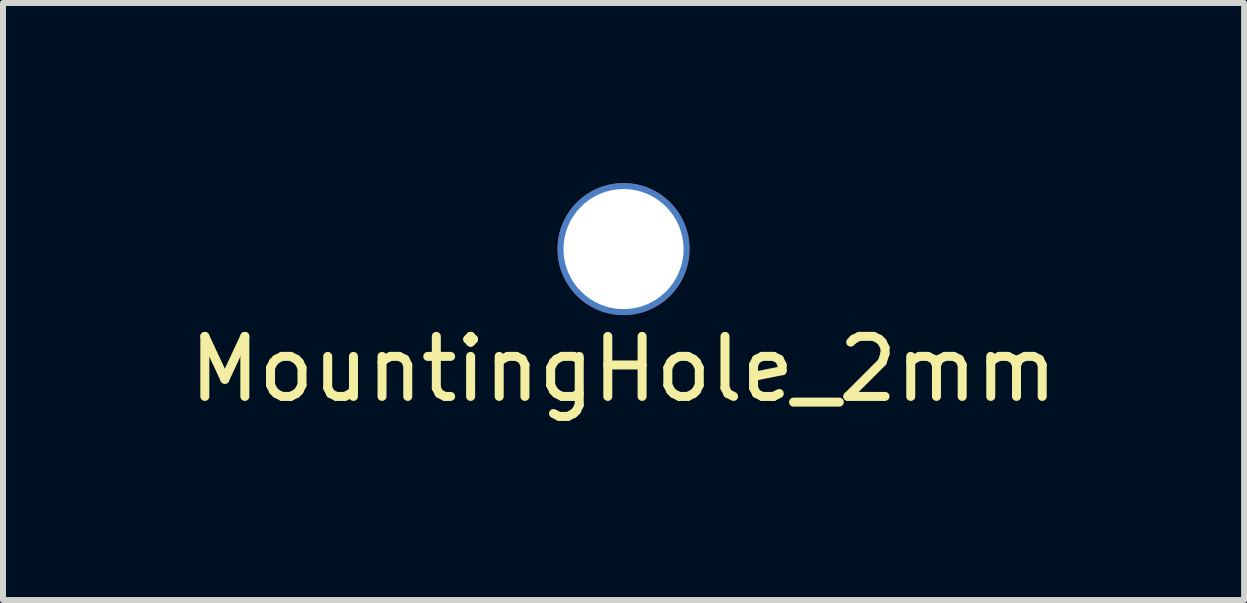
<source format=kicad_pcb>
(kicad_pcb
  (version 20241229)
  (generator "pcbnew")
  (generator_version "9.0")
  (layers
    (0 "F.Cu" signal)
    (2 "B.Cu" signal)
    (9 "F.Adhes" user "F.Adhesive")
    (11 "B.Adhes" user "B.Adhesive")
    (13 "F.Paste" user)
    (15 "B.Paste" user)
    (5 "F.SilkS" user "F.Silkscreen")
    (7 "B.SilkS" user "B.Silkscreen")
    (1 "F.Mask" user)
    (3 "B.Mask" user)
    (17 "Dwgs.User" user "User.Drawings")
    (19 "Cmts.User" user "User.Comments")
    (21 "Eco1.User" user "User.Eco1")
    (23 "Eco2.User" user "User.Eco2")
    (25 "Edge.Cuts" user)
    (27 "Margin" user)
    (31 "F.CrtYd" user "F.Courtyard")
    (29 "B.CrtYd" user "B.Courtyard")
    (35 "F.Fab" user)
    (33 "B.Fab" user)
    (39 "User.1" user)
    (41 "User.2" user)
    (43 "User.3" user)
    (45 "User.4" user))
  (footprint "MountingHole_2mm"
    (layer "F.Cu")
    (at 7.339 1.1)
    (property "Reference" "MountingHole_2mm" (at 0 2 0) (layer "F.SilkS") (effects (font (size 1 1) (thickness 0.15))))
    (attr through_hole)
    (pad "" np_thru_hole circle (at 0 0) (size 2.2 2.2) (drill 2) (layers "*.Cu" "*.Mask")))
  (gr_rect
    (start -3 -3)
    (end 17.679 6.948)
    (stroke (width 0.1) (type default))
    (fill no)
    (layer "Edge.Cuts")))
</source>
